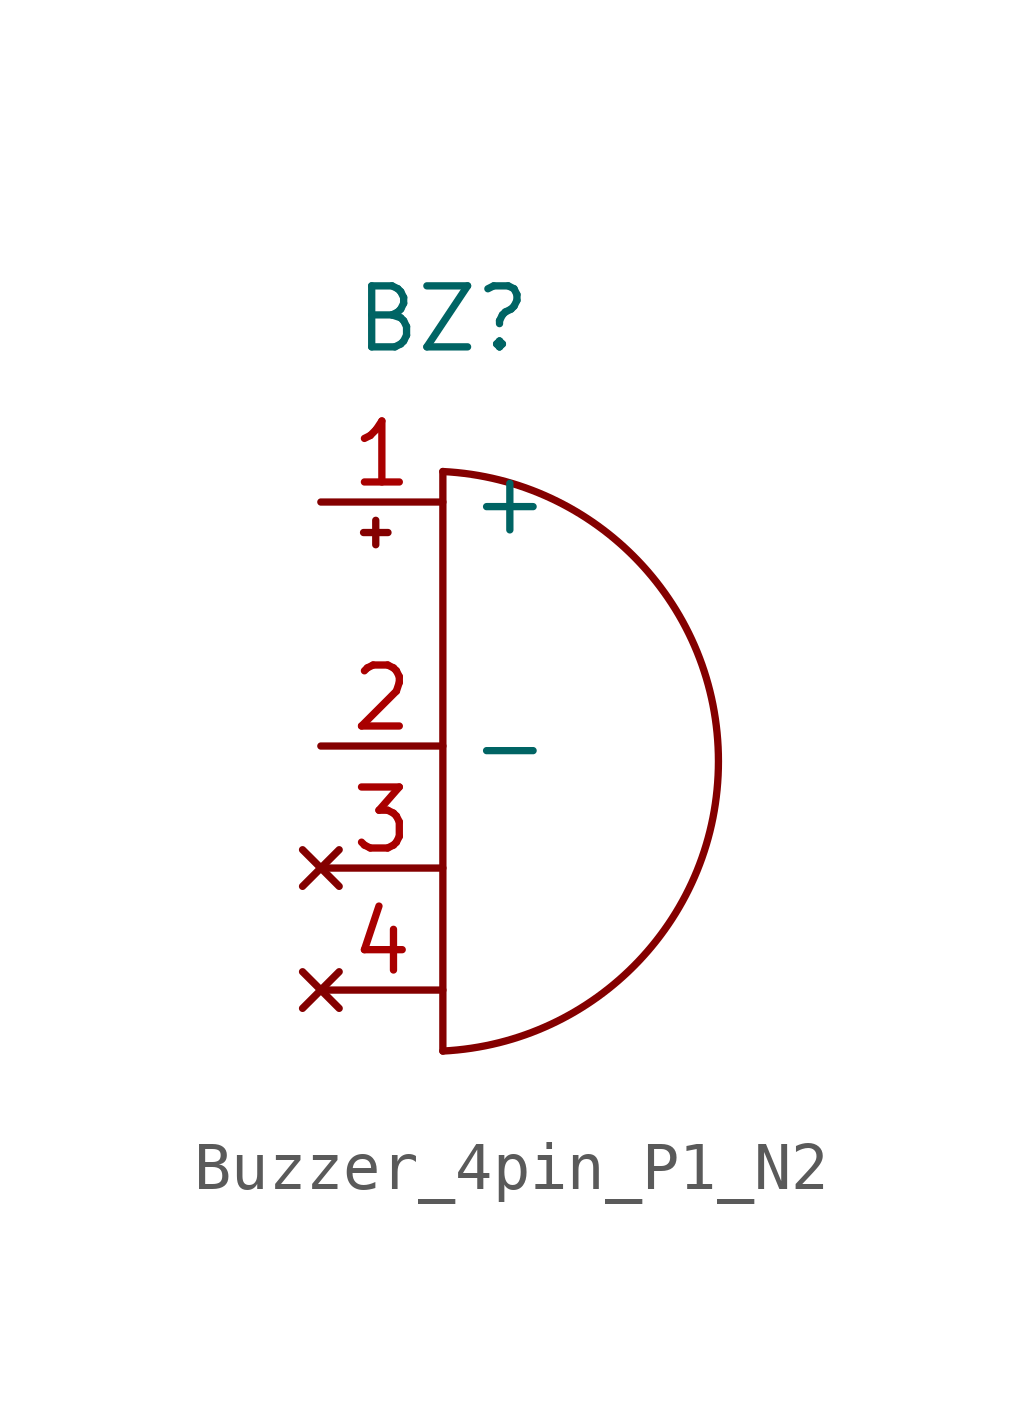
<source format=kicad_sym>
(kicad_symbol_lib
  (version 20220914)
  (generator kicad_symbol_editor)
  (symbol "Buzzer_4pin_P1_N2"
    (property "Reference" "BZ"
      (at 0 6.35 0)
      (effects (font (size 1.27 1.27))))
    (property "Value" ""
      (at 0 0 0)
      (effects (font (size 1.27 1.27))))
    (symbol "Buzzer_4pin_P1_N2_0_1"
      (arc (start 0 -8.89) (mid 5.7372 -2.8575) (end 0 3.175) (stroke (width 0) (type default)) (fill (type none)))
      (polyline (pts (xy -1.651 1.905) (xy -1.143 1.905)) (stroke (width 0) (type default)) (fill (type none)))
      (polyline (pts (xy -1.397 2.159) (xy -1.397 1.651)) (stroke (width 0) (type default)) (fill (type none)))
      (polyline (pts (xy 0 3.175) (xy 0 -8.89)) (stroke (width 0) (type default)) (fill (type none))))
    (symbol "Buzzer_4pin_P1_N2_1_1"
      (pin passive line (at -2.54 2.54 0) (length 2.54) (name "+" (effects (font (size 1.27 1.27)))) (number "1" (effects (font (size 1.27 1.27)))))
      (pin passive line (at -2.54 -2.54 0) (length 2.54) (name "-" (effects (font (size 1.27 1.27)))) (number "2" (effects (font (size 1.27 1.27)))))
      (pin no_connect line (at -2.54 -5.08 0) (length 2.54) (name "" (effects (font (size 1.27 1.27)))) (number "3" (effects (font (size 1.27 1.27)))))
      (pin no_connect line (at -2.54 -7.62 0) (length 2.54) (name "" (effects (font (size 1.27 1.27)))) (number "4" (effects (font (size 1.27 1.27))))))))
</source>
